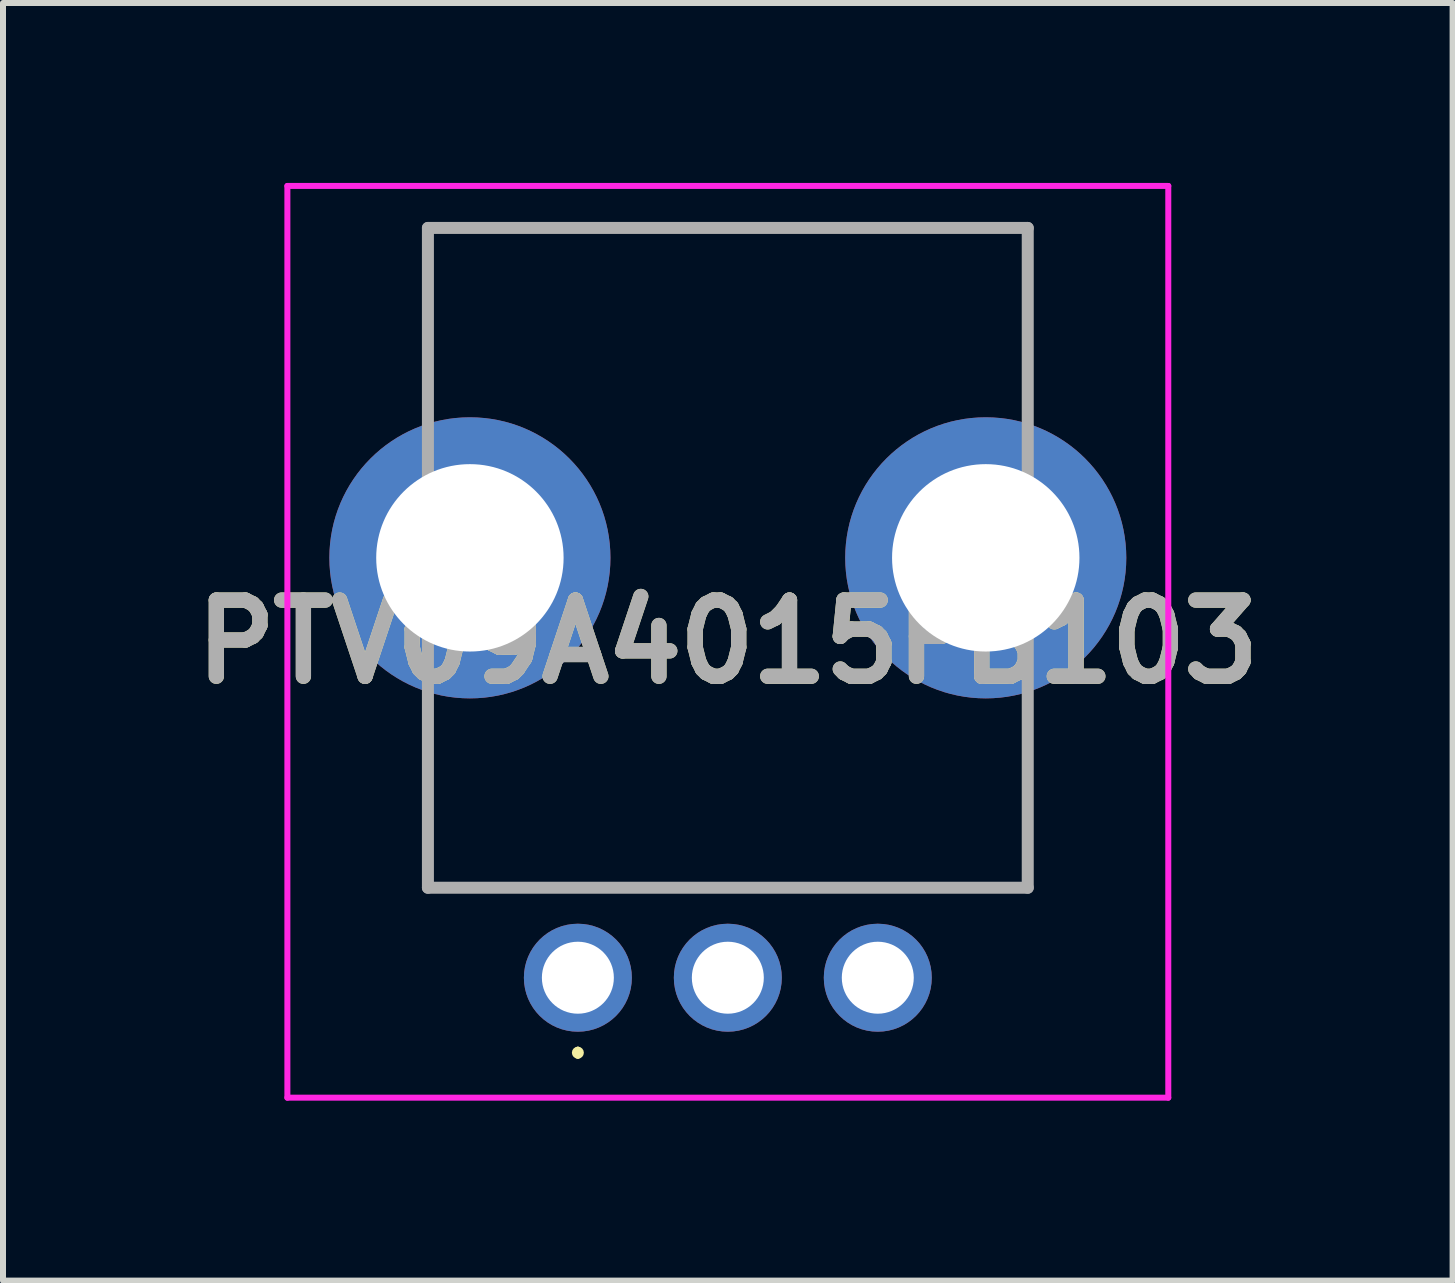
<source format=kicad_pcb>
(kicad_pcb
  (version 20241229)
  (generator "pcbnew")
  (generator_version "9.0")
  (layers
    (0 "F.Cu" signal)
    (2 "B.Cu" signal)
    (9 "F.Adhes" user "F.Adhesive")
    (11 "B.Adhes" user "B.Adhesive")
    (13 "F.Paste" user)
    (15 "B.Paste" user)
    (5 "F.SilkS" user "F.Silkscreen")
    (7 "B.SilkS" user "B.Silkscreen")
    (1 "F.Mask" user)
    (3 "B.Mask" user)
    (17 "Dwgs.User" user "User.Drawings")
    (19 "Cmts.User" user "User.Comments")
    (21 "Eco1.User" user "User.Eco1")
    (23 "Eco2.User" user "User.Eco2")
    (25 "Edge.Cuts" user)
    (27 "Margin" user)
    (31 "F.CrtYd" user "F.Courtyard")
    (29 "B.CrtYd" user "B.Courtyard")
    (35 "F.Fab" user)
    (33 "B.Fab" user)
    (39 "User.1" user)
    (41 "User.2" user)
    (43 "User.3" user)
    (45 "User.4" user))
  (footprint "PTV09A4015FB103"
    (layer "F.Cu")
    (at 6.584 13.25)
    (property "Reference" "PTV09A4015FB103" (at 2.5 -5.6 0) (layer "F.SilkS") (effects (font (size 1.27 1.27) (thickness 0.254))))
    (attr through_hole)
    (fp_line (start -2.5 -12.5) (end 7.5 -12.5) (stroke (width 0.1) (type solid)) (layer "F.SilkS"))
    (fp_line (start -2.5 -10) (end -2.5 -12.5) (stroke (width 0.1) (type solid)) (layer "F.SilkS"))
    (fp_line (start -2.5 -4) (end -2.5 -1.5) (stroke (width 0.1) (type solid)) (layer "F.SilkS"))
    (fp_line (start -2.5 -1.5) (end 7.5 -1.5) (stroke (width 0.1) (type solid)) (layer "F.SilkS"))
    (fp_line (start 0 1.2) (end 0 1.2) (stroke (width 0.1) (type solid)) (layer "F.SilkS"))
    (fp_line (start 0 1.3) (end 0 1.3) (stroke (width 0.1) (type solid)) (layer "F.SilkS"))
    (fp_line (start 7.5 -12.5) (end 7.5 -10) (stroke (width 0.1) (type solid)) (layer "F.SilkS"))
    (fp_line (start 7.5 -1.5) (end 7.5 -4) (stroke (width 0.1) (type solid)) (layer "F.SilkS"))
    (fp_arc (start 0 1.2) (mid 0.05 1.25) (end 0 1.3) (stroke (width 0.1) (type solid)) (layer "F.SilkS"))
    (fp_arc (start 0 1.3) (mid -0.05 1.25) (end 0 1.2) (stroke (width 0.1) (type solid)) (layer "F.SilkS"))
    (fp_line (start -4.843 -13.2) (end 9.843 -13.2) (stroke (width 0.1) (type solid)) (layer "F.CrtYd"))
    (fp_line (start -4.843 2) (end -4.843 -13.2) (stroke (width 0.1) (type solid)) (layer "F.CrtYd"))
    (fp_line (start 9.843 -13.2) (end 9.843 2) (stroke (width 0.1) (type solid)) (layer "F.CrtYd"))
    (fp_line (start 9.843 2) (end -4.843 2) (stroke (width 0.1) (type solid)) (layer "F.CrtYd"))
    (fp_line (start -2.5 -12.5) (end 7.5 -12.5) (stroke (width 0.2) (type solid)) (layer "F.Fab"))
    (fp_line (start -2.5 -1.5) (end -2.5 -12.5) (stroke (width 0.2) (type solid)) (layer "F.Fab"))
    (fp_line (start 7.5 -12.5) (end 7.5 -1.5) (stroke (width 0.2) (type solid)) (layer "F.Fab"))
    (fp_line (start 7.5 -1.5) (end -2.5 -1.5) (stroke (width 0.2) (type solid)) (layer "F.Fab"))
    (fp_text user "${REFERENCE}" (at 2.5 -5.6 0) (layer "F.Fab") (effects (font (size 1.27 1.27) (thickness 0.254))))
    (pad "1" thru_hole circle (at 0 0) (size 1.8 1.8) (drill 1.2) (layers "*.Cu" "*.Mask"))
    (pad "2" thru_hole circle (at 2.5 0) (size 1.8 1.8) (drill 1.2) (layers "*.Cu" "*.Mask"))
    (pad "3" thru_hole circle (at 5 0) (size 1.8 1.8) (drill 1.2) (layers "*.Cu" "*.Mask"))
    (pad "MH1" thru_hole circle (at -1.8 -7) (size 4.686 4.686) (drill 3.124) (layers "*.Cu" "*.Mask"))
    (pad "MH2" thru_hole circle (at 6.8 -7) (size 4.686 4.686) (drill 3.124) (layers "*.Cu" "*.Mask")))
  (gr_rect
    (start -3 -3)
    (end 21.167 18.3)
    (stroke (width 0.1) (type default))
    (fill no)
    (layer "Edge.Cuts")))
</source>
